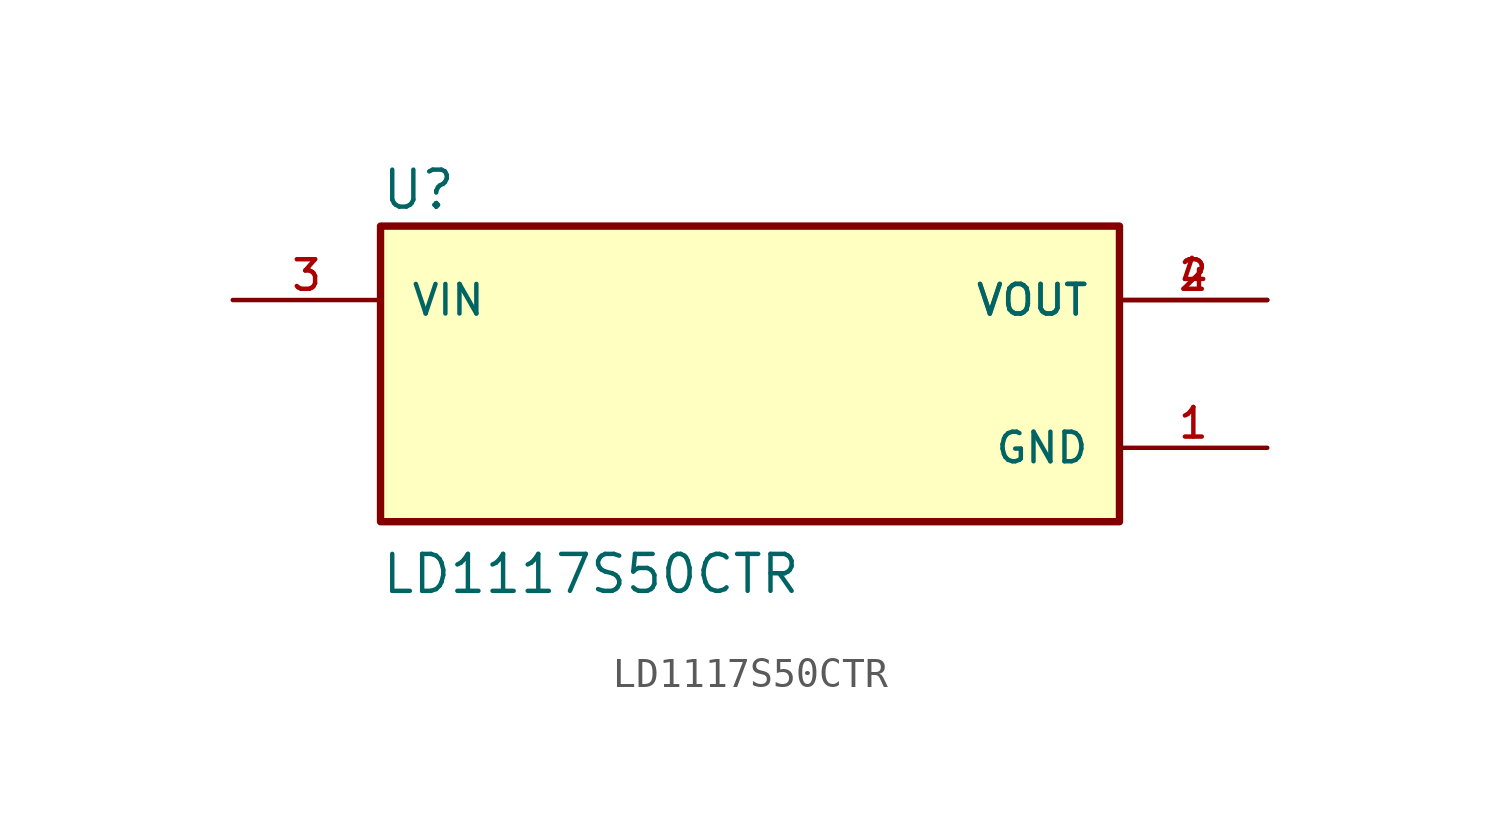
<source format=kicad_sym>
(kicad_symbol_lib
  (version 20211014)
  (generator kicad_symbol_editor)
  (symbol "LD1117S50CTR"
    (pin_names
      (offset 1.016))
    (property "Reference" "U"
      (at -12.7 5.588 0)
      (effects (font (size 1.27 1.27)) (justify bottom left)))
    (property "Value" "LD1117S50CTR"
      (at -12.7 -7.62 0)
      (effects (font (size 1.27 1.27)) (justify bottom left)))
    (symbol "LD1117S50CTR_0_0"
      (rectangle (start -12.7 -5.08) (end 12.7 5.08) (stroke (width 0.254)) (fill (type background)))
      (pin input line (at -17.78 2.54 0) (length 5.08) (name "VIN" (effects (font (size 1.016 1.016)))) (number "3" (effects (font (size 1.016 1.016)))))
      (pin output line (at 17.78 2.54 180.0) (length 5.08) (name "VOUT" (effects (font (size 1.016 1.016)))) (number "2" (effects (font (size 1.016 1.016)))))
      (pin output line (at 17.78 2.54 180.0) (length 5.08) (name "VOUT" (effects (font (size 1.016 1.016)))) (number "4" (effects (font (size 1.016 1.016)))))
      (pin power_in line (at 17.78 -2.54 180.0) (length 5.08) (name "GND" (effects (font (size 1.016 1.016)))) (number "1" (effects (font (size 1.016 1.016))))))))
</source>
